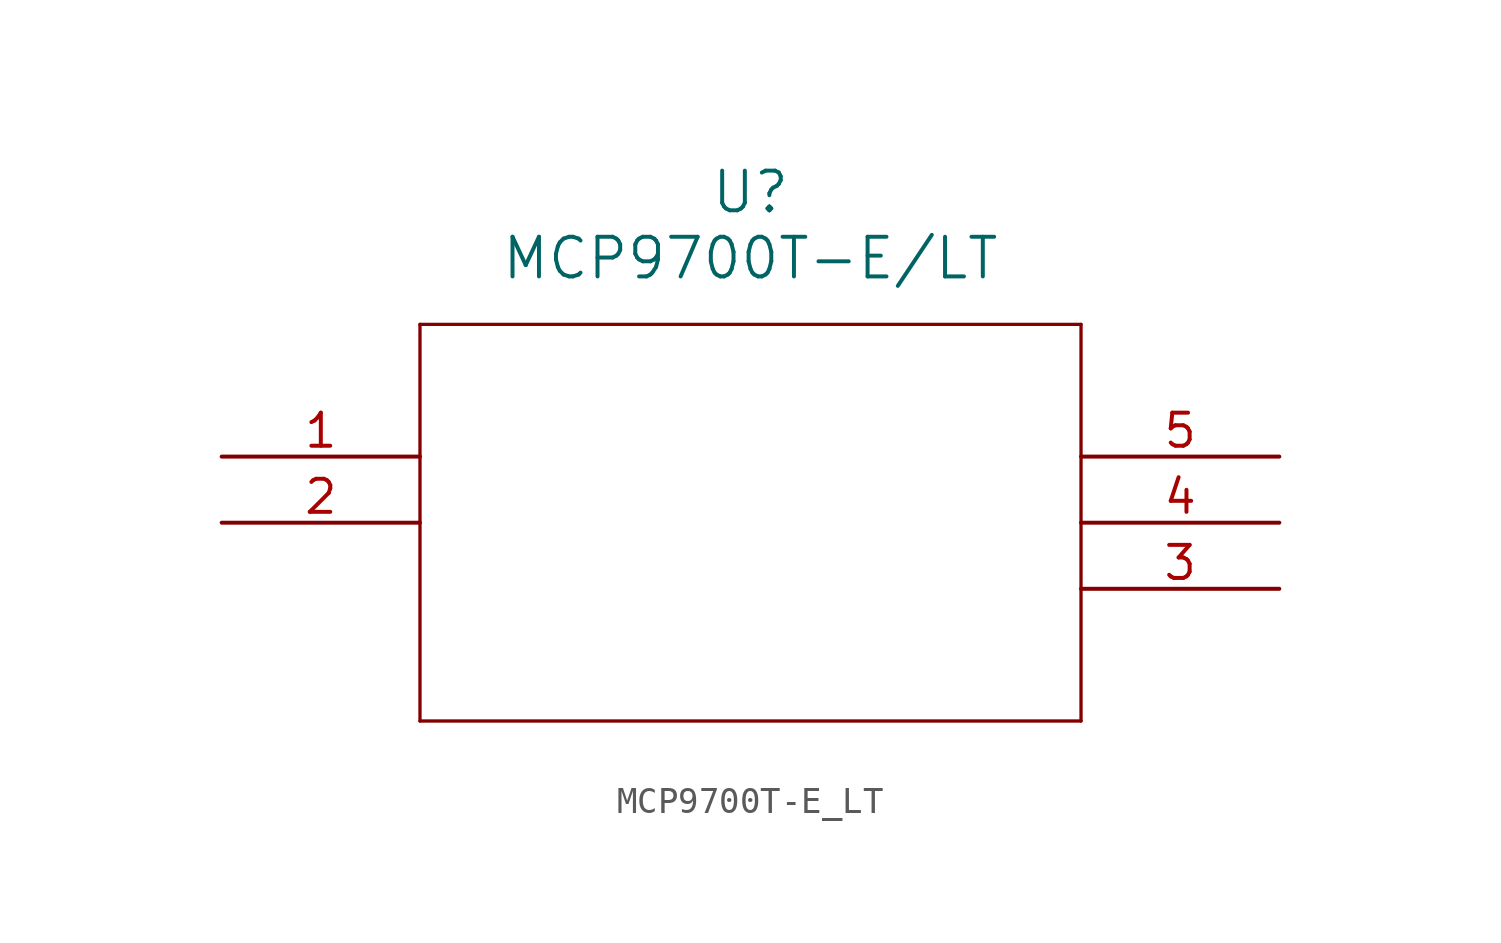
<source format=kicad_sym>
(kicad_symbol_lib
  (version 20211014)
  (generator kicad_symbol_editor)
  (symbol "MCP9700T-E_LT"
    (pin_names
      (offset 0.254))
    (property "Reference" "U"
      (at 20.32 10.16 0)
      (effects (font (size 1.524 1.524))))
    (property "Value" "MCP9700T-E/LT"
      (at 20.32 7.62 0)
      (effects (font (size 1.524 1.524))))
    (symbol "MCP9700T-E_LT_0_1"
      (polyline (pts (xy 7.62 5.08) (xy 7.62 -10.16)) (stroke (width 0.127) (type default) (color 0 0 0 0)) (fill (type none)))
      (polyline (pts (xy 7.62 -10.16) (xy 33.02 -10.16)) (stroke (width 0.127) (type default) (color 0 0 0 0)) (fill (type none)))
      (polyline (pts (xy 33.02 -10.16) (xy 33.02 5.08)) (stroke (width 0.127) (type default) (color 0 0 0 0)) (fill (type none)))
      (polyline (pts (xy 33.02 5.08) (xy 7.62 5.08)) (stroke (width 0.127) (type default) (color 0 0 0 0)) (fill (type none)))
      (pin unspecified line (at 0 0 0) (length 7.62) (name "" (effects (font (size 1.27 1.27)))) (number "1" (effects (font (size 1.27 1.27)))))
      (pin unspecified line (at 0 -2.54 0) (length 7.62) (name "" (effects (font (size 1.27 1.27)))) (number "2" (effects (font (size 1.27 1.27)))))
      (pin unspecified line (at 40.64 -5.08 180) (length 7.62) (name "" (effects (font (size 1.27 1.27)))) (number "3" (effects (font (size 1.27 1.27)))))
      (pin unspecified line (at 40.64 -2.54 180) (length 7.62) (name "" (effects (font (size 1.27 1.27)))) (number "4" (effects (font (size 1.27 1.27)))))
      (pin unspecified line (at 40.64 0 180) (length 7.62) (name "" (effects (font (size 1.27 1.27)))) (number "5" (effects (font (size 1.27 1.27))))))))
</source>
